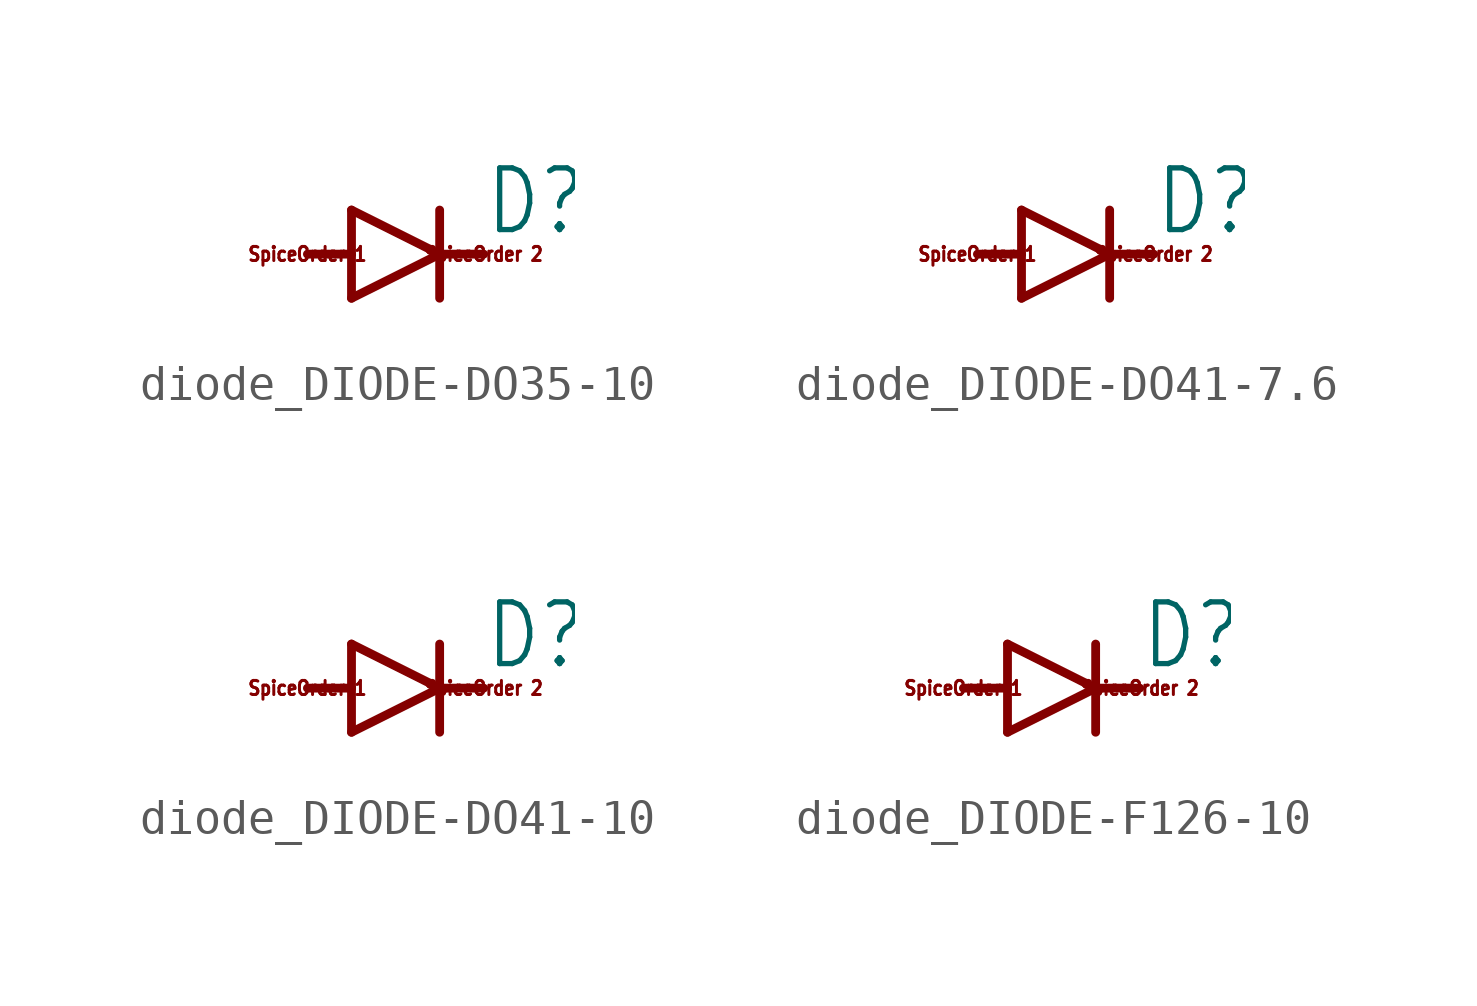
<source format=kicad_sym>
(kicad_symbol_lib
  (version 20231120)
  (generator "kicad_symbol_editor")
  (generator_version "8.0")
  (symbol "diode_DIODE-DO35-10"
    (property "Reference" "D"
      (at 2.54 0.483 0)
      (effects (font (size 1.778 1.511)) (justify left bottom)))
    (property "Value" ""
      (at 2.54 -2.311 0)
      (effects (font (size 1.778 1.511)) (justify left bottom)))
    (property "ki_locked" ""
      (at 0 0 0)
      (effects (font (size 1.27 1.27))))
    (symbol "diode_DIODE-DO35-10_1_0"
      (polyline (pts (xy -1.27 -1.27) (xy 1.27 0)) (stroke (width 0.254) (type solid)) (fill (type none)))
      (polyline (pts (xy -1.27 0) (xy -2.54 0)) (stroke (width 0.254) (type solid)) (fill (type none)))
      (polyline (pts (xy -1.27 0) (xy -1.27 -1.27)) (stroke (width 0.254) (type solid)) (fill (type none)))
      (polyline (pts (xy -1.27 1.27) (xy -1.27 0)) (stroke (width 0.254) (type solid)) (fill (type none)))
      (polyline (pts (xy 1.27 0) (xy -1.27 1.27)) (stroke (width 0.254) (type solid)) (fill (type none)))
      (polyline (pts (xy 1.27 0) (xy 1.27 -1.27)) (stroke (width 0.254) (type solid)) (fill (type none)))
      (polyline (pts (xy 1.27 1.27) (xy 1.27 0)) (stroke (width 0.254) (type solid)) (fill (type none)))
      (polyline (pts (xy 2.54 0) (xy 1.27 0)) (stroke (width 0.254) (type solid)) (fill (type none)))
      (text "SpiceOrder 1" (at -2.54 0 0) (effects (font (size 0.406 0.345))))
      (text "SpiceOrder 2" (at 2.54 0 0) (effects (font (size 0.406 0.345))))
      (pin passive line (at -2.54 0 0) (length 0) (name "A" (effects (font (size 0 0)))) (number "A" (effects (font (size 0 0)))))
      (pin passive line (at 2.54 0 180) (length 0) (name "C" (effects (font (size 0 0)))) (number "C" (effects (font (size 0 0)))))))
  (symbol "diode_DIODE-DO41-7.6"
    (property "Reference" "D"
      (at 2.54 0.483 0)
      (effects (font (size 1.778 1.511)) (justify left bottom)))
    (property "Value" ""
      (at 2.54 -2.311 0)
      (effects (font (size 1.778 1.511)) (justify left bottom)))
    (property "ki_locked" ""
      (at 0 0 0)
      (effects (font (size 1.27 1.27))))
    (symbol "diode_DIODE-DO41-7.6_1_0"
      (polyline (pts (xy -1.27 -1.27) (xy 1.27 0)) (stroke (width 0.254) (type solid)) (fill (type none)))
      (polyline (pts (xy -1.27 0) (xy -2.54 0)) (stroke (width 0.254) (type solid)) (fill (type none)))
      (polyline (pts (xy -1.27 0) (xy -1.27 -1.27)) (stroke (width 0.254) (type solid)) (fill (type none)))
      (polyline (pts (xy -1.27 1.27) (xy -1.27 0)) (stroke (width 0.254) (type solid)) (fill (type none)))
      (polyline (pts (xy 1.27 0) (xy -1.27 1.27)) (stroke (width 0.254) (type solid)) (fill (type none)))
      (polyline (pts (xy 1.27 0) (xy 1.27 -1.27)) (stroke (width 0.254) (type solid)) (fill (type none)))
      (polyline (pts (xy 1.27 1.27) (xy 1.27 0)) (stroke (width 0.254) (type solid)) (fill (type none)))
      (polyline (pts (xy 2.54 0) (xy 1.27 0)) (stroke (width 0.254) (type solid)) (fill (type none)))
      (text "SpiceOrder 1" (at -2.54 0 0) (effects (font (size 0.406 0.345))))
      (text "SpiceOrder 2" (at 2.54 0 0) (effects (font (size 0.406 0.345))))
      (pin passive line (at -2.54 0 0) (length 0) (name "A" (effects (font (size 0 0)))) (number "A" (effects (font (size 0 0)))))
      (pin passive line (at 2.54 0 180) (length 0) (name "C" (effects (font (size 0 0)))) (number "C" (effects (font (size 0 0)))))))
  (symbol "diode_DIODE-DO41-10"
    (property "Reference" "D"
      (at 2.54 0.483 0)
      (effects (font (size 1.778 1.511)) (justify left bottom)))
    (property "Value" ""
      (at 2.54 -2.311 0)
      (effects (font (size 1.778 1.511)) (justify left bottom)))
    (property "ki_locked" ""
      (at 0 0 0)
      (effects (font (size 1.27 1.27))))
    (symbol "diode_DIODE-DO41-10_1_0"
      (polyline (pts (xy -1.27 -1.27) (xy 1.27 0)) (stroke (width 0.254) (type solid)) (fill (type none)))
      (polyline (pts (xy -1.27 0) (xy -2.54 0)) (stroke (width 0.254) (type solid)) (fill (type none)))
      (polyline (pts (xy -1.27 0) (xy -1.27 -1.27)) (stroke (width 0.254) (type solid)) (fill (type none)))
      (polyline (pts (xy -1.27 1.27) (xy -1.27 0)) (stroke (width 0.254) (type solid)) (fill (type none)))
      (polyline (pts (xy 1.27 0) (xy -1.27 1.27)) (stroke (width 0.254) (type solid)) (fill (type none)))
      (polyline (pts (xy 1.27 0) (xy 1.27 -1.27)) (stroke (width 0.254) (type solid)) (fill (type none)))
      (polyline (pts (xy 1.27 1.27) (xy 1.27 0)) (stroke (width 0.254) (type solid)) (fill (type none)))
      (polyline (pts (xy 2.54 0) (xy 1.27 0)) (stroke (width 0.254) (type solid)) (fill (type none)))
      (text "SpiceOrder 1" (at -2.54 0 0) (effects (font (size 0.406 0.345))))
      (text "SpiceOrder 2" (at 2.54 0 0) (effects (font (size 0.406 0.345))))
      (pin passive line (at -2.54 0 0) (length 0) (name "A" (effects (font (size 0 0)))) (number "A" (effects (font (size 0 0)))))
      (pin passive line (at 2.54 0 180) (length 0) (name "C" (effects (font (size 0 0)))) (number "C" (effects (font (size 0 0)))))))
  (symbol "diode_DIODE-F126-10"
    (property "Reference" "D"
      (at 2.54 0.483 0)
      (effects (font (size 1.778 1.511)) (justify left bottom)))
    (property "Value" ""
      (at 2.54 -2.311 0)
      (effects (font (size 1.778 1.511)) (justify left bottom)))
    (property "ki_locked" ""
      (at 0 0 0)
      (effects (font (size 1.27 1.27))))
    (symbol "diode_DIODE-F126-10_1_0"
      (polyline (pts (xy -1.27 -1.27) (xy 1.27 0)) (stroke (width 0.254) (type solid)) (fill (type none)))
      (polyline (pts (xy -1.27 0) (xy -2.54 0)) (stroke (width 0.254) (type solid)) (fill (type none)))
      (polyline (pts (xy -1.27 0) (xy -1.27 -1.27)) (stroke (width 0.254) (type solid)) (fill (type none)))
      (polyline (pts (xy -1.27 1.27) (xy -1.27 0)) (stroke (width 0.254) (type solid)) (fill (type none)))
      (polyline (pts (xy 1.27 0) (xy -1.27 1.27)) (stroke (width 0.254) (type solid)) (fill (type none)))
      (polyline (pts (xy 1.27 0) (xy 1.27 -1.27)) (stroke (width 0.254) (type solid)) (fill (type none)))
      (polyline (pts (xy 1.27 1.27) (xy 1.27 0)) (stroke (width 0.254) (type solid)) (fill (type none)))
      (polyline (pts (xy 2.54 0) (xy 1.27 0)) (stroke (width 0.254) (type solid)) (fill (type none)))
      (text "SpiceOrder 1" (at -2.54 0 0) (effects (font (size 0.406 0.345))))
      (text "SpiceOrder 2" (at 2.54 0 0) (effects (font (size 0.406 0.345))))
      (pin passive line (at -2.54 0 0) (length 0) (name "A" (effects (font (size 0 0)))) (number "A" (effects (font (size 0 0)))))
      (pin passive line (at 2.54 0 180) (length 0) (name "C" (effects (font (size 0 0)))) (number "C" (effects (font (size 0 0))))))))
</source>
